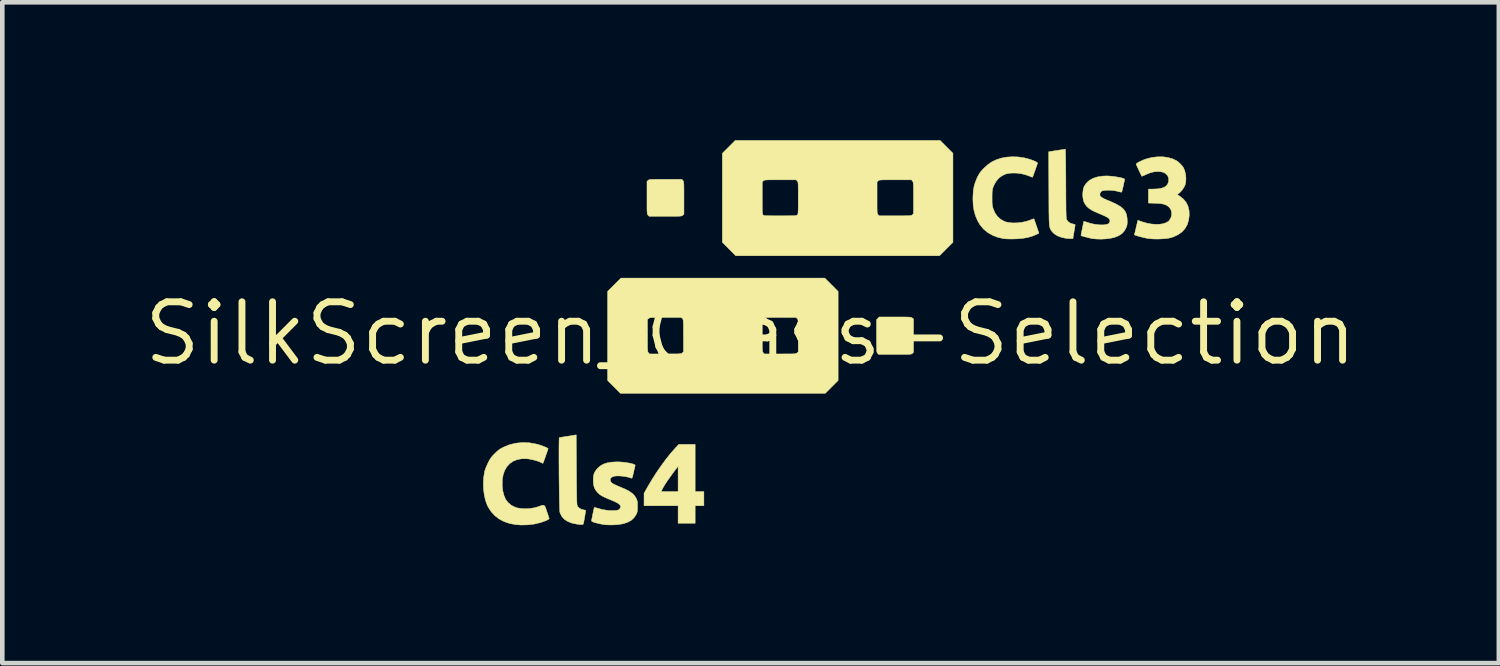
<source format=kicad_pcb>
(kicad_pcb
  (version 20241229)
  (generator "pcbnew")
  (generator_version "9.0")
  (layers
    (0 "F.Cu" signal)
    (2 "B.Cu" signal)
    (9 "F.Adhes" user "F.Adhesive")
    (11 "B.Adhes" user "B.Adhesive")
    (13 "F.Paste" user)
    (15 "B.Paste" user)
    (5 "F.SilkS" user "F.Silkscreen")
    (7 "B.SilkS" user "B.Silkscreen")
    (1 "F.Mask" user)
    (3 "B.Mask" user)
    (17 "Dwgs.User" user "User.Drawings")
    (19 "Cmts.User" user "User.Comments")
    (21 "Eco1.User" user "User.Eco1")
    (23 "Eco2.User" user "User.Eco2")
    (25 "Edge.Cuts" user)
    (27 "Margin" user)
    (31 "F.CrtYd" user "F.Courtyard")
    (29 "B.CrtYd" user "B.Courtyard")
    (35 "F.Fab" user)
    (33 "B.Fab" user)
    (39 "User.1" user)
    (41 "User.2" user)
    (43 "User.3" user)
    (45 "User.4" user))
  (footprint "SilkScreen_Class-Selection"
    (layer "F.Cu")
    (at 13.282 4.207)
    (property "Reference" "SilkScreen_Class-Selection" (at 0 0 0) (layer "F.SilkS") (effects (font (size 1.27 1.27) (thickness 0.15))))
    (attr through_hole)
    (fp_poly (pts (xy -1.206 3.44) (xy -1.016 3.44) (xy -1.016 3.747) (xy -1.206 3.747) (xy -1.206 4.128) (xy -1.577 4.128) (xy -1.577 3.747) (xy -2.318 3.747) (xy -2.318 3.476) (xy -2.297 3.44) (xy -1.948 3.44) (xy -1.577 3.44) (xy -1.577 2.886) (xy -1.678 3.02) (xy -1.752 3.122) (xy -1.817 3.214) (xy -1.87 3.296) (xy -1.91 3.364) (xy -1.92 3.384) (xy -1.948 3.44) (xy -2.297 3.44) (xy -2.237 3.333) (xy -2.148 3.183) (xy -2.053 3.033) (xy -1.953 2.888) (xy -1.852 2.75) (xy -1.752 2.623) (xy -1.655 2.512) (xy -1.615 2.469) (xy -1.562 2.413) (xy -1.206 2.413) (xy -1.206 3.44)) (stroke (width 0.01) (type solid)) (fill yes) (layer "F.SilkS"))
    (fp_poly (pts (xy 3.239 -0.36) (xy 3.315 -0.36) (xy 3.374 -0.359) (xy 3.419 -0.358) (xy 3.453 -0.356) (xy 3.476 -0.354) (xy 3.493 -0.351) (xy 3.504 -0.347) (xy 3.513 -0.341) (xy 3.518 -0.338) (xy 3.545 -0.316) (xy 3.545 0.409) (xy 3.521 0.432) (xy 3.514 0.438) (xy 3.506 0.443) (xy 3.494 0.447) (xy 3.477 0.45) (xy 3.452 0.452) (xy 3.416 0.454) (xy 3.369 0.454) (xy 3.306 0.455) (xy 3.227 0.455) (xy 3.142 0.455) (xy 2.787 0.455) (xy 2.764 0.431) (xy 2.758 0.423) (xy 2.753 0.415) (xy 2.749 0.404) (xy 2.746 0.386) (xy 2.744 0.361) (xy 2.743 0.326) (xy 2.742 0.278) (xy 2.741 0.215) (xy 2.741 0.136) (xy 2.741 0.053) (xy 2.741 -0.3) (xy 2.798 -0.36) (xy 3.144 -0.36) (xy 3.239 -0.36)) (stroke (width 0.01) (type solid)) (fill yes) (layer "F.SilkS"))
    (fp_poly (pts (xy -1.473 -3.33) (xy -1.467 -3.323) (xy -1.462 -3.315) (xy -1.458 -3.303) (xy -1.455 -3.286) (xy -1.453 -3.261) (xy -1.451 -3.226) (xy -1.451 -3.178) (xy -1.45 -3.116) (xy -1.45 -3.036) (xy -1.45 -2.951) (xy -1.45 -2.597) (xy -1.474 -2.574) (xy -1.482 -2.567) (xy -1.49 -2.562) (xy -1.501 -2.558) (xy -1.519 -2.556) (xy -1.544 -2.553) (xy -1.579 -2.552) (xy -1.627 -2.551) (xy -1.689 -2.551) (xy -1.768 -2.551) (xy -1.854 -2.551) (xy -2.208 -2.551) (xy -2.231 -2.575) (xy -2.237 -2.582) (xy -2.242 -2.59) (xy -2.246 -2.602) (xy -2.249 -2.619) (xy -2.251 -2.644) (xy -2.253 -2.68) (xy -2.254 -2.727) (xy -2.254 -2.79) (xy -2.254 -2.869) (xy -2.254 -2.954) (xy -2.254 -3.309) (xy -2.23 -3.332) (xy -2.223 -3.338) (xy -2.214 -3.343) (xy -2.203 -3.347) (xy -2.186 -3.35) (xy -2.16 -3.352) (xy -2.125 -3.353) (xy -2.077 -3.354) (xy -2.015 -3.355) (xy -1.936 -3.355) (xy -1.851 -3.355) (xy -1.496 -3.355) (xy -1.473 -3.33)) (stroke (width 0.01) (type solid)) (fill yes) (layer "F.SilkS"))
    (fp_poly (pts (xy -3.789 2.968) (xy -3.788 3.114) (xy -3.787 3.24) (xy -3.786 3.349) (xy -3.785 3.44) (xy -3.784 3.516) (xy -3.783 3.579) (xy -3.781 3.629) (xy -3.78 3.668) (xy -3.778 3.698) (xy -3.776 3.721) (xy -3.773 3.737) (xy -3.77 3.748) (xy -3.767 3.756) (xy -3.764 3.761) (xy -3.728 3.799) (xy -3.677 3.826) (xy -3.633 3.837) (xy -3.606 3.843) (xy -3.589 3.848) (xy -3.588 3.85) (xy -3.589 3.863) (xy -3.594 3.891) (xy -3.6 3.932) (xy -3.608 3.978) (xy -3.616 4.026) (xy -3.624 4.071) (xy -3.63 4.107) (xy -3.635 4.131) (xy -3.636 4.135) (xy -3.642 4.148) (xy -3.656 4.156) (xy -3.681 4.158) (xy -3.72 4.156) (xy -3.777 4.148) (xy -3.783 4.147) (xy -3.889 4.125) (xy -3.977 4.09) (xy -4.049 4.044) (xy -4.103 3.986) (xy -4.14 3.917) (xy -4.15 3.887) (xy -4.152 3.869) (xy -4.154 3.832) (xy -4.156 3.779) (xy -4.158 3.712) (xy -4.16 3.632) (xy -4.161 3.541) (xy -4.163 3.443) (xy -4.164 3.337) (xy -4.166 3.227) (xy -4.167 3.114) (xy -4.168 3.001) (xy -4.168 2.888) (xy -4.169 2.78) (xy -4.169 2.676) (xy -4.169 2.58) (xy -4.169 2.493) (xy -4.168 2.417) (xy -4.167 2.354) (xy -4.166 2.306) (xy -4.164 2.276) (xy -4.163 2.265) (xy -4.162 2.265) (xy -4.15 2.263) (xy -4.12 2.258) (xy -4.076 2.251) (xy -4.022 2.242) (xy -3.974 2.235) (xy -3.794 2.205) (xy -3.789 2.968)) (stroke (width 0.01) (type solid)) (fill yes) (layer "F.SilkS"))
    (fp_poly (pts (xy 6.851 -4.001) (xy 6.852 -3.971) (xy 6.853 -3.923) (xy 6.855 -3.86) (xy 6.856 -3.781) (xy 6.857 -3.691) (xy 6.858 -3.588) (xy 6.859 -3.477) (xy 6.86 -3.358) (xy 6.86 -3.257) (xy 6.861 -3.112) (xy 6.861 -2.988) (xy 6.862 -2.881) (xy 6.863 -2.791) (xy 6.863 -2.716) (xy 6.864 -2.654) (xy 6.866 -2.605) (xy 6.867 -2.566) (xy 6.869 -2.536) (xy 6.871 -2.513) (xy 6.873 -2.497) (xy 6.876 -2.485) (xy 6.88 -2.476) (xy 6.884 -2.468) (xy 6.885 -2.466) (xy 6.922 -2.423) (xy 6.975 -2.394) (xy 7.018 -2.383) (xy 7.046 -2.376) (xy 7.062 -2.368) (xy 7.063 -2.365) (xy 7.061 -2.351) (xy 7.056 -2.321) (xy 7.049 -2.278) (xy 7.04 -2.226) (xy 7.038 -2.209) (xy 7.013 -2.064) (xy 6.954 -2.065) (xy 6.908 -2.067) (xy 6.861 -2.072) (xy 6.843 -2.075) (xy 6.752 -2.097) (xy 6.673 -2.128) (xy 6.608 -2.169) (xy 6.561 -2.217) (xy 6.557 -2.222) (xy 6.545 -2.239) (xy 6.535 -2.254) (xy 6.526 -2.268) (xy 6.519 -2.285) (xy 6.513 -2.304) (xy 6.507 -2.327) (xy 6.503 -2.357) (xy 6.5 -2.393) (xy 6.497 -2.439) (xy 6.495 -2.495) (xy 6.494 -2.564) (xy 6.492 -2.645) (xy 6.492 -2.742) (xy 6.491 -2.855) (xy 6.491 -2.986) (xy 6.49 -3.137) (xy 6.49 -3.155) (xy 6.487 -3.955) (xy 6.665 -3.983) (xy 6.723 -3.992) (xy 6.775 -4) (xy 6.816 -4.006) (xy 6.842 -4.01) (xy 6.849 -4.011) (xy 6.851 -4.001)) (stroke (width 0.01) (type solid)) (fill yes) (layer "F.SilkS"))
    (fp_poly (pts (xy -4.813 2.378) (xy -4.662 2.405) (xy -4.606 2.42) (xy -4.563 2.433) (xy -4.516 2.451) (xy -4.471 2.469) (xy -4.433 2.486) (xy -4.409 2.5) (xy -4.405 2.503) (xy -4.408 2.513) (xy -4.416 2.539) (xy -4.428 2.576) (xy -4.444 2.621) (xy -4.461 2.67) (xy -4.478 2.719) (xy -4.494 2.762) (xy -4.507 2.797) (xy -4.519 2.826) (xy -4.561 2.805) (xy -4.613 2.783) (xy -4.679 2.762) (xy -4.752 2.744) (xy -4.823 2.73) (xy -4.87 2.725) (xy -4.979 2.725) (xy -5.078 2.743) (xy -5.165 2.778) (xy -5.24 2.829) (xy -5.301 2.896) (xy -5.35 2.977) (xy -5.383 3.072) (xy -5.402 3.179) (xy -5.404 3.299) (xy -5.404 3.313) (xy -5.391 3.428) (xy -5.365 3.527) (xy -5.328 3.61) (xy -5.277 3.678) (xy -5.212 3.734) (xy -5.148 3.769) (xy -5.075 3.795) (xy -4.988 3.809) (xy -4.892 3.813) (xy -4.793 3.807) (xy -4.695 3.79) (xy -4.616 3.767) (xy -4.566 3.749) (xy -4.53 3.738) (xy -4.505 3.736) (xy -4.487 3.745) (xy -4.472 3.766) (xy -4.457 3.802) (xy -4.439 3.856) (xy -4.433 3.873) (xy -4.415 3.926) (xy -4.4 3.971) (xy -4.389 4.005) (xy -4.383 4.025) (xy -4.382 4.028) (xy -4.391 4.038) (xy -4.414 4.053) (xy -4.448 4.069) (xy -4.453 4.072) (xy -4.573 4.115) (xy -4.706 4.146) (xy -4.847 4.163) (xy -4.991 4.167) (xy -5.109 4.158) (xy -5.242 4.134) (xy -5.363 4.092) (xy -5.471 4.035) (xy -5.565 3.963) (xy -5.646 3.875) (xy -5.711 3.773) (xy -5.733 3.727) (xy -5.769 3.627) (xy -5.794 3.514) (xy -5.81 3.391) (xy -5.815 3.266) (xy -5.809 3.143) (xy -5.791 3.027) (xy -5.784 2.992) (xy -5.772 2.955) (xy -5.753 2.906) (xy -5.73 2.853) (xy -5.712 2.815) (xy -5.685 2.761) (xy -5.659 2.719) (xy -5.631 2.681) (xy -5.595 2.641) (xy -5.567 2.613) (xy -5.521 2.569) (xy -5.482 2.535) (xy -5.442 2.508) (xy -5.396 2.483) (xy -5.376 2.473) (xy -5.244 2.419) (xy -5.105 2.386) (xy -4.961 2.372) (xy -4.813 2.378)) (stroke (width 0.01) (type solid)) (fill yes) (layer "F.SilkS"))
    (fp_poly (pts (xy 5.821 -3.842) (xy 5.945 -3.824) (xy 5.978 -3.817) (xy 6.036 -3.802) (xy 6.094 -3.784) (xy 6.147 -3.765) (xy 6.191 -3.746) (xy 6.224 -3.729) (xy 6.242 -3.715) (xy 6.244 -3.71) (xy 6.241 -3.697) (xy 6.232 -3.669) (xy 6.218 -3.629) (xy 6.202 -3.583) (xy 6.185 -3.535) (xy 6.168 -3.488) (xy 6.153 -3.447) (xy 6.142 -3.417) (xy 6.135 -3.401) (xy 6.134 -3.4) (xy 6.124 -3.403) (xy 6.099 -3.412) (xy 6.07 -3.424) (xy 5.981 -3.456) (xy 5.884 -3.479) (xy 5.784 -3.491) (xy 5.688 -3.492) (xy 5.6 -3.483) (xy 5.555 -3.472) (xy 5.474 -3.435) (xy 5.402 -3.381) (xy 5.342 -3.311) (xy 5.295 -3.227) (xy 5.279 -3.187) (xy 5.269 -3.157) (xy 5.263 -3.128) (xy 5.258 -3.095) (xy 5.256 -3.055) (xy 5.255 -3.001) (xy 5.255 -2.953) (xy 5.255 -2.887) (xy 5.256 -2.837) (xy 5.259 -2.799) (xy 5.265 -2.766) (xy 5.272 -2.736) (xy 5.28 -2.712) (xy 5.319 -2.622) (xy 5.373 -2.546) (xy 5.441 -2.485) (xy 5.52 -2.441) (xy 5.551 -2.429) (xy 5.624 -2.413) (xy 5.711 -2.406) (xy 5.805 -2.408) (xy 5.901 -2.419) (xy 5.993 -2.438) (xy 6.076 -2.465) (xy 6.081 -2.467) (xy 6.118 -2.482) (xy 6.148 -2.492) (xy 6.164 -2.495) (xy 6.166 -2.495) (xy 6.171 -2.484) (xy 6.181 -2.456) (xy 6.195 -2.415) (xy 6.212 -2.365) (xy 6.222 -2.336) (xy 6.274 -2.181) (xy 6.219 -2.155) (xy 6.128 -2.118) (xy 6.032 -2.09) (xy 5.928 -2.072) (xy 5.812 -2.061) (xy 5.736 -2.058) (xy 5.673 -2.057) (xy 5.612 -2.058) (xy 5.559 -2.06) (xy 5.519 -2.063) (xy 5.509 -2.064) (xy 5.379 -2.093) (xy 5.262 -2.139) (xy 5.158 -2.199) (xy 5.068 -2.274) (xy 4.993 -2.364) (xy 4.939 -2.456) (xy 4.893 -2.565) (xy 4.862 -2.676) (xy 4.844 -2.794) (xy 4.838 -2.922) (xy 4.84 -2.999) (xy 4.847 -3.104) (xy 4.862 -3.196) (xy 4.886 -3.281) (xy 4.92 -3.366) (xy 4.939 -3.408) (xy 4.965 -3.456) (xy 4.989 -3.496) (xy 5.018 -3.533) (xy 5.055 -3.574) (xy 5.085 -3.604) (xy 5.167 -3.678) (xy 5.25 -3.735) (xy 5.342 -3.779) (xy 5.447 -3.814) (xy 5.459 -3.817) (xy 5.571 -3.838) (xy 5.694 -3.846) (xy 5.821 -3.842)) (stroke (width 0.01) (type solid)) (fill yes) (layer "F.SilkS"))
    (fp_poly (pts (xy 1.76 -1.061) (xy 1.905 -0.915) (xy 1.905 1.021) (xy 1.625 1.302) (xy -2.831 1.302) (xy -3.111 1.021) (xy -3.111 -0.303) (xy -2.244 -0.303) (xy -2.244 0.046) (xy -2.244 0.141) (xy -2.243 0.218) (xy -2.243 0.277) (xy -2.242 0.323) (xy -2.24 0.356) (xy -2.238 0.38) (xy -2.235 0.396) (xy -2.231 0.406) (xy -2.226 0.414) (xy -2.221 0.42) (xy -2.198 0.445) (xy -1.854 0.445) (xy -1.759 0.444) (xy -1.684 0.444) (xy -1.625 0.444) (xy -1.58 0.443) (xy -1.547 0.441) (xy -1.524 0.439) (xy -1.509 0.436) (xy -1.498 0.432) (xy -1.49 0.426) (xy -1.485 0.421) (xy -1.46 0.398) (xy -1.46 0.049) (xy -1.461 -0.046) (xy -1.461 -0.122) (xy -1.461 -0.182) (xy -1.462 -0.227) (xy -1.464 -0.261) (xy -1.466 -0.284) (xy -1.469 -0.3) (xy -1.47 -0.303) (xy 0.254 -0.303) (xy 0.254 0.046) (xy 0.254 0.141) (xy 0.254 0.218) (xy 0.255 0.277) (xy 0.256 0.323) (xy 0.257 0.356) (xy 0.259 0.38) (xy 0.263 0.396) (xy 0.267 0.406) (xy 0.272 0.414) (xy 0.277 0.42) (xy 0.3 0.445) (xy 0.644 0.445) (xy 0.738 0.444) (xy 0.814 0.444) (xy 0.873 0.444) (xy 0.918 0.443) (xy 0.95 0.441) (xy 0.973 0.439) (xy 0.989 0.436) (xy 1 0.432) (xy 1.008 0.426) (xy 1.013 0.421) (xy 1.037 0.398) (xy 1.037 0.049) (xy 1.037 -0.046) (xy 1.037 -0.122) (xy 1.036 -0.182) (xy 1.035 -0.227) (xy 1.034 -0.261) (xy 1.032 -0.284) (xy 1.029 -0.3) (xy 1.025 -0.311) (xy 1.019 -0.319) (xy 1.014 -0.325) (xy 0.991 -0.349) (xy 0.647 -0.349) (xy 0.553 -0.349) (xy 0.477 -0.349) (xy 0.418 -0.349) (xy 0.374 -0.348) (xy 0.341 -0.346) (xy 0.318 -0.344) (xy 0.302 -0.34) (xy 0.291 -0.336) (xy 0.284 -0.331) (xy 0.278 -0.326) (xy 0.254 -0.303) (xy -1.47 -0.303) (xy -1.473 -0.311) (xy -1.478 -0.319) (xy -1.484 -0.325) (xy -1.507 -0.349) (xy -1.851 -0.349) (xy -1.945 -0.349) (xy -2.021 -0.349) (xy -2.079 -0.349) (xy -2.124 -0.348) (xy -2.157 -0.346) (xy -2.18 -0.344) (xy -2.196 -0.34) (xy -2.206 -0.336) (xy -2.214 -0.331) (xy -2.219 -0.326) (xy -2.244 -0.303) (xy -3.111 -0.303) (xy -3.111 -0.916) (xy -2.82 -1.206) (xy 1.614 -1.206) (xy 1.76 -1.061)) (stroke (width 0.01) (type solid)) (fill yes) (layer "F.SilkS"))
    (fp_poly (pts (xy 7.795 -3.427) (xy 7.854 -3.422) (xy 7.916 -3.415) (xy 7.976 -3.405) (xy 8.032 -3.395) (xy 8.08 -3.384) (xy 8.116 -3.373) (xy 8.136 -3.362) (xy 8.139 -3.357) (xy 8.137 -3.342) (xy 8.131 -3.311) (xy 8.122 -3.271) (xy 8.112 -3.224) (xy 8.102 -3.178) (xy 8.091 -3.135) (xy 8.083 -3.101) (xy 8.077 -3.081) (xy 8.076 -3.077) (xy 8.063 -3.076) (xy 8.036 -3.081) (xy 7.999 -3.09) (xy 7.99 -3.093) (xy 7.934 -3.105) (xy 7.872 -3.114) (xy 7.808 -3.118) (xy 7.747 -3.118) (xy 7.694 -3.113) (xy 7.653 -3.104) (xy 7.634 -3.095) (xy 7.611 -3.067) (xy 7.6 -3.034) (xy 7.603 -3.002) (xy 7.611 -2.988) (xy 7.642 -2.961) (xy 7.692 -2.932) (xy 7.757 -2.903) (xy 7.779 -2.895) (xy 7.824 -2.877) (xy 7.879 -2.852) (xy 7.935 -2.826) (xy 7.961 -2.813) (xy 8.042 -2.766) (xy 8.104 -2.717) (xy 8.148 -2.662) (xy 8.177 -2.598) (xy 8.192 -2.523) (xy 8.196 -2.449) (xy 8.195 -2.401) (xy 8.192 -2.366) (xy 8.185 -2.336) (xy 8.172 -2.304) (xy 8.162 -2.283) (xy 8.128 -2.226) (xy 8.088 -2.181) (xy 8.034 -2.143) (xy 7.984 -2.117) (xy 7.917 -2.091) (xy 7.833 -2.072) (xy 7.738 -2.06) (xy 7.638 -2.054) (xy 7.535 -2.056) (xy 7.445 -2.064) (xy 7.418 -2.069) (xy 7.379 -2.078) (xy 7.334 -2.089) (xy 7.288 -2.101) (xy 7.246 -2.112) (xy 7.212 -2.122) (xy 7.193 -2.129) (xy 7.19 -2.131) (xy 7.19 -2.134) (xy 7.191 -2.143) (xy 7.194 -2.161) (xy 7.2 -2.19) (xy 7.208 -2.233) (xy 7.22 -2.291) (xy 7.235 -2.366) (xy 7.24 -2.388) (xy 7.251 -2.442) (xy 7.346 -2.412) (xy 7.426 -2.389) (xy 7.507 -2.374) (xy 7.586 -2.365) (xy 7.658 -2.363) (xy 7.72 -2.368) (xy 7.769 -2.38) (xy 7.794 -2.393) (xy 7.816 -2.423) (xy 7.82 -2.459) (xy 7.81 -2.487) (xy 7.791 -2.509) (xy 7.754 -2.533) (xy 7.698 -2.561) (xy 7.623 -2.594) (xy 7.599 -2.604) (xy 7.504 -2.644) (xy 7.427 -2.682) (xy 7.366 -2.721) (xy 7.319 -2.762) (xy 7.284 -2.807) (xy 7.257 -2.858) (xy 7.249 -2.877) (xy 7.235 -2.933) (xy 7.228 -3) (xy 7.23 -3.07) (xy 7.238 -3.135) (xy 7.254 -3.19) (xy 7.258 -3.199) (xy 7.305 -3.27) (xy 7.368 -3.329) (xy 7.447 -3.374) (xy 7.541 -3.406) (xy 7.649 -3.424) (xy 7.742 -3.429) (xy 7.795 -3.427)) (stroke (width 0.01) (type solid)) (fill yes) (layer "F.SilkS"))
    (fp_poly (pts (xy 8.972 -3.845) (xy 9.085 -3.829) (xy 9.188 -3.799) (xy 9.267 -3.761) (xy 9.305 -3.734) (xy 9.346 -3.696) (xy 9.385 -3.655) (xy 9.414 -3.616) (xy 9.422 -3.603) (xy 9.448 -3.539) (xy 9.465 -3.464) (xy 9.473 -3.387) (xy 9.471 -3.313) (xy 9.46 -3.249) (xy 9.457 -3.239) (xy 9.43 -3.182) (xy 9.393 -3.125) (xy 9.351 -3.077) (xy 9.325 -3.054) (xy 9.283 -3.024) (xy 9.343 -2.985) (xy 9.419 -2.924) (xy 9.478 -2.852) (xy 9.518 -2.769) (xy 9.541 -2.676) (xy 9.545 -2.574) (xy 9.531 -2.465) (xy 9.531 -2.465) (xy 9.501 -2.368) (xy 9.453 -2.284) (xy 9.388 -2.212) (xy 9.306 -2.153) (xy 9.207 -2.106) (xy 9.144 -2.085) (xy 9.09 -2.073) (xy 9.02 -2.064) (xy 8.941 -2.059) (xy 8.858 -2.056) (xy 8.776 -2.057) (xy 8.702 -2.062) (xy 8.652 -2.068) (xy 8.593 -2.079) (xy 8.528 -2.094) (xy 8.465 -2.11) (xy 8.409 -2.126) (xy 8.38 -2.136) (xy 8.352 -2.147) (xy 8.378 -2.256) (xy 8.39 -2.308) (xy 8.402 -2.357) (xy 8.411 -2.398) (xy 8.415 -2.414) (xy 8.426 -2.464) (xy 8.528 -2.428) (xy 8.625 -2.4) (xy 8.721 -2.383) (xy 8.814 -2.375) (xy 8.901 -2.377) (xy 8.979 -2.39) (xy 9.044 -2.412) (xy 9.095 -2.443) (xy 9.104 -2.453) (xy 9.14 -2.504) (xy 9.16 -2.562) (xy 9.163 -2.622) (xy 9.151 -2.681) (xy 9.122 -2.732) (xy 9.089 -2.766) (xy 9.054 -2.789) (xy 9.018 -2.806) (xy 8.975 -2.818) (xy 8.921 -2.827) (xy 8.853 -2.832) (xy 8.808 -2.834) (xy 8.657 -2.839) (xy 8.657 -3.143) (xy 8.756 -3.143) (xy 8.855 -3.147) (xy 8.935 -3.16) (xy 8.998 -3.181) (xy 9.045 -3.212) (xy 9.077 -3.253) (xy 9.095 -3.306) (xy 9.097 -3.318) (xy 9.097 -3.378) (xy 9.077 -3.431) (xy 9.043 -3.47) (xy 9.001 -3.499) (xy 8.95 -3.516) (xy 8.886 -3.524) (xy 8.86 -3.524) (xy 8.8 -3.521) (xy 8.744 -3.511) (xy 8.684 -3.493) (xy 8.614 -3.464) (xy 8.605 -3.459) (xy 8.566 -3.442) (xy 8.535 -3.429) (xy 8.516 -3.422) (xy 8.513 -3.422) (xy 8.507 -3.433) (xy 8.494 -3.458) (xy 8.477 -3.494) (xy 8.457 -3.537) (xy 8.436 -3.581) (xy 8.417 -3.622) (xy 8.402 -3.656) (xy 8.392 -3.678) (xy 8.39 -3.685) (xy 8.397 -3.697) (xy 8.421 -3.714) (xy 8.457 -3.735) (xy 8.502 -3.756) (xy 8.552 -3.778) (xy 8.604 -3.797) (xy 8.61 -3.799) (xy 8.731 -3.83) (xy 8.853 -3.845) (xy 8.972 -3.845)) (stroke (width 0.01) (type solid)) (fill yes) (layer "F.SilkS"))
    (fp_poly (pts (xy -2.844 2.795) (xy -2.776 2.8) (xy -2.71 2.808) (xy -2.648 2.818) (xy -2.595 2.829) (xy -2.552 2.842) (xy -2.523 2.854) (xy -2.511 2.867) (xy -2.511 2.871) (xy -2.515 2.886) (xy -2.522 2.917) (xy -2.532 2.96) (xy -2.544 3.011) (xy -2.546 3.019) (xy -2.558 3.075) (xy -2.568 3.113) (xy -2.576 3.136) (xy -2.583 3.147) (xy -2.591 3.148) (xy -2.592 3.148) (xy -2.65 3.129) (xy -2.717 3.114) (xy -2.787 3.104) (xy -2.856 3.099) (xy -2.918 3.099) (xy -2.97 3.105) (xy -3.003 3.116) (xy -3.039 3.142) (xy -3.055 3.174) (xy -3.052 3.208) (xy -3.03 3.242) (xy -2.989 3.272) (xy -2.986 3.273) (xy -2.956 3.288) (xy -2.912 3.308) (xy -2.861 3.33) (xy -2.826 3.345) (xy -2.732 3.385) (xy -2.657 3.423) (xy -2.598 3.461) (xy -2.551 3.5) (xy -2.516 3.542) (xy -2.49 3.585) (xy -2.477 3.614) (xy -2.468 3.64) (xy -2.463 3.669) (xy -2.461 3.706) (xy -2.461 3.758) (xy -2.461 3.762) (xy -2.461 3.816) (xy -2.463 3.854) (xy -2.468 3.883) (xy -2.476 3.909) (xy -2.489 3.937) (xy -2.49 3.939) (xy -2.535 4.007) (xy -2.595 4.063) (xy -2.673 4.106) (xy -2.767 4.138) (xy -2.878 4.157) (xy -2.974 4.164) (xy -3.032 4.165) (xy -3.091 4.164) (xy -3.144 4.162) (xy -3.17 4.16) (xy -3.215 4.153) (xy -3.268 4.143) (xy -3.322 4.131) (xy -3.373 4.118) (xy -3.414 4.105) (xy -3.441 4.095) (xy -3.441 4.095) (xy -3.457 4.082) (xy -3.461 4.074) (xy -3.459 4.061) (xy -3.453 4.031) (xy -3.445 3.991) (xy -3.436 3.944) (xy -3.426 3.897) (xy -3.416 3.853) (xy -3.409 3.817) (xy -3.403 3.795) (xy -3.402 3.792) (xy -3.395 3.785) (xy -3.375 3.788) (xy -3.353 3.795) (xy -3.224 3.831) (xy -3.091 3.851) (xy -3.02 3.854) (xy -2.954 3.853) (xy -2.906 3.847) (xy -2.872 3.837) (xy -2.85 3.821) (xy -2.836 3.798) (xy -2.829 3.772) (xy -2.831 3.748) (xy -2.846 3.726) (xy -2.873 3.702) (xy -2.915 3.677) (xy -2.974 3.649) (xy -3.051 3.616) (xy -3.069 3.609) (xy -3.142 3.579) (xy -3.198 3.553) (xy -3.242 3.529) (xy -3.278 3.506) (xy -3.308 3.48) (xy -3.337 3.45) (xy -3.376 3.4) (xy -3.402 3.347) (xy -3.417 3.285) (xy -3.423 3.211) (xy -3.423 3.186) (xy -3.42 3.114) (xy -3.408 3.056) (xy -3.385 3.006) (xy -3.35 2.957) (xy -3.33 2.934) (xy -3.27 2.882) (xy -3.202 2.842) (xy -3.121 2.815) (xy -3.027 2.799) (xy -2.916 2.793) (xy -2.91 2.793) (xy -2.844 2.795)) (stroke (width 0.01) (type solid)) (fill yes) (layer "F.SilkS"))
    (fp_poly (pts (xy 4.403 -3.921) (xy 4.403 -1.984) (xy 4.257 -1.839) (xy 4.111 -1.693) (xy -0.323 -1.693) (xy -0.614 -1.985) (xy -0.614 -3.298) (xy 0.254 -3.298) (xy 0.254 -2.949) (xy 0.254 -2.853) (xy 0.254 -2.775) (xy 0.255 -2.715) (xy 0.256 -2.669) (xy 0.258 -2.635) (xy 0.261 -2.611) (xy 0.264 -2.595) (xy 0.268 -2.585) (xy 0.272 -2.581) (xy 0.277 -2.575) (xy 0.286 -2.571) (xy 0.3 -2.568) (xy 0.321 -2.565) (xy 0.352 -2.564) (xy 0.394 -2.562) (xy 0.451 -2.562) (xy 0.523 -2.561) (xy 0.614 -2.561) (xy 0.644 -2.561) (xy 0.741 -2.561) (xy 0.819 -2.562) (xy 0.881 -2.562) (xy 0.927 -2.563) (xy 0.962 -2.565) (xy 0.986 -2.568) (xy 1.002 -2.571) (xy 1.012 -2.575) (xy 1.018 -2.579) (xy 1.023 -2.585) (xy 1.027 -2.594) (xy 1.031 -2.608) (xy 1.033 -2.629) (xy 1.035 -2.66) (xy 1.036 -2.702) (xy 1.037 -2.759) (xy 1.037 -2.832) (xy 1.037 -2.923) (xy 1.037 -2.946) (xy 1.037 -3.041) (xy 1.037 -3.117) (xy 1.036 -3.177) (xy 1.036 -3.222) (xy 1.034 -3.256) (xy 1.032 -3.279) (xy 1.029 -3.295) (xy 1.028 -3.298) (xy 2.752 -3.298) (xy 2.752 -2.954) (xy 2.752 -2.86) (xy 2.752 -2.784) (xy 2.752 -2.725) (xy 2.753 -2.681) (xy 2.755 -2.648) (xy 2.757 -2.625) (xy 2.76 -2.609) (xy 2.765 -2.599) (xy 2.77 -2.591) (xy 2.775 -2.586) (xy 2.798 -2.561) (xy 3.147 -2.561) (xy 3.242 -2.561) (xy 3.319 -2.561) (xy 3.378 -2.562) (xy 3.424 -2.563) (xy 3.457 -2.564) (xy 3.48 -2.567) (xy 3.496 -2.57) (xy 3.507 -2.574) (xy 3.515 -2.579) (xy 3.521 -2.584) (xy 3.545 -2.607) (xy 3.545 -2.948) (xy 3.545 -3.042) (xy 3.545 -3.117) (xy 3.545 -3.176) (xy 3.544 -3.22) (xy 3.542 -3.253) (xy 3.539 -3.276) (xy 3.536 -3.292) (xy 3.532 -3.304) (xy 3.526 -3.313) (xy 3.523 -3.316) (xy 3.502 -3.344) (xy 3.151 -3.344) (xy 3.056 -3.344) (xy 2.979 -3.344) (xy 2.919 -3.344) (xy 2.874 -3.343) (xy 2.841 -3.341) (xy 2.817 -3.339) (xy 2.801 -3.336) (xy 2.79 -3.332) (xy 2.782 -3.327) (xy 2.776 -3.321) (xy 2.752 -3.298) (xy 1.028 -3.298) (xy 1.025 -3.306) (xy 1.019 -3.314) (xy 1.014 -3.32) (xy 0.991 -3.344) (xy 0.647 -3.344) (xy 0.553 -3.344) (xy 0.477 -3.344) (xy 0.418 -3.344) (xy 0.374 -3.343) (xy 0.341 -3.341) (xy 0.318 -3.339) (xy 0.302 -3.336) (xy 0.291 -3.331) (xy 0.284 -3.326) (xy 0.278 -3.321) (xy 0.254 -3.298) (xy -0.614 -3.298) (xy -0.614 -3.921) (xy -0.333 -4.202) (xy 4.123 -4.202) (xy 4.403 -3.921)) (stroke (width 0.01) (type solid)) (fill yes) (layer "F.SilkS")))
  (gr_rect
    (start -3 -3)
    (end 29.564 11.378)
    (stroke (width 0.1) (type default))
    (fill no)
    (layer "Edge.Cuts")))
</source>
